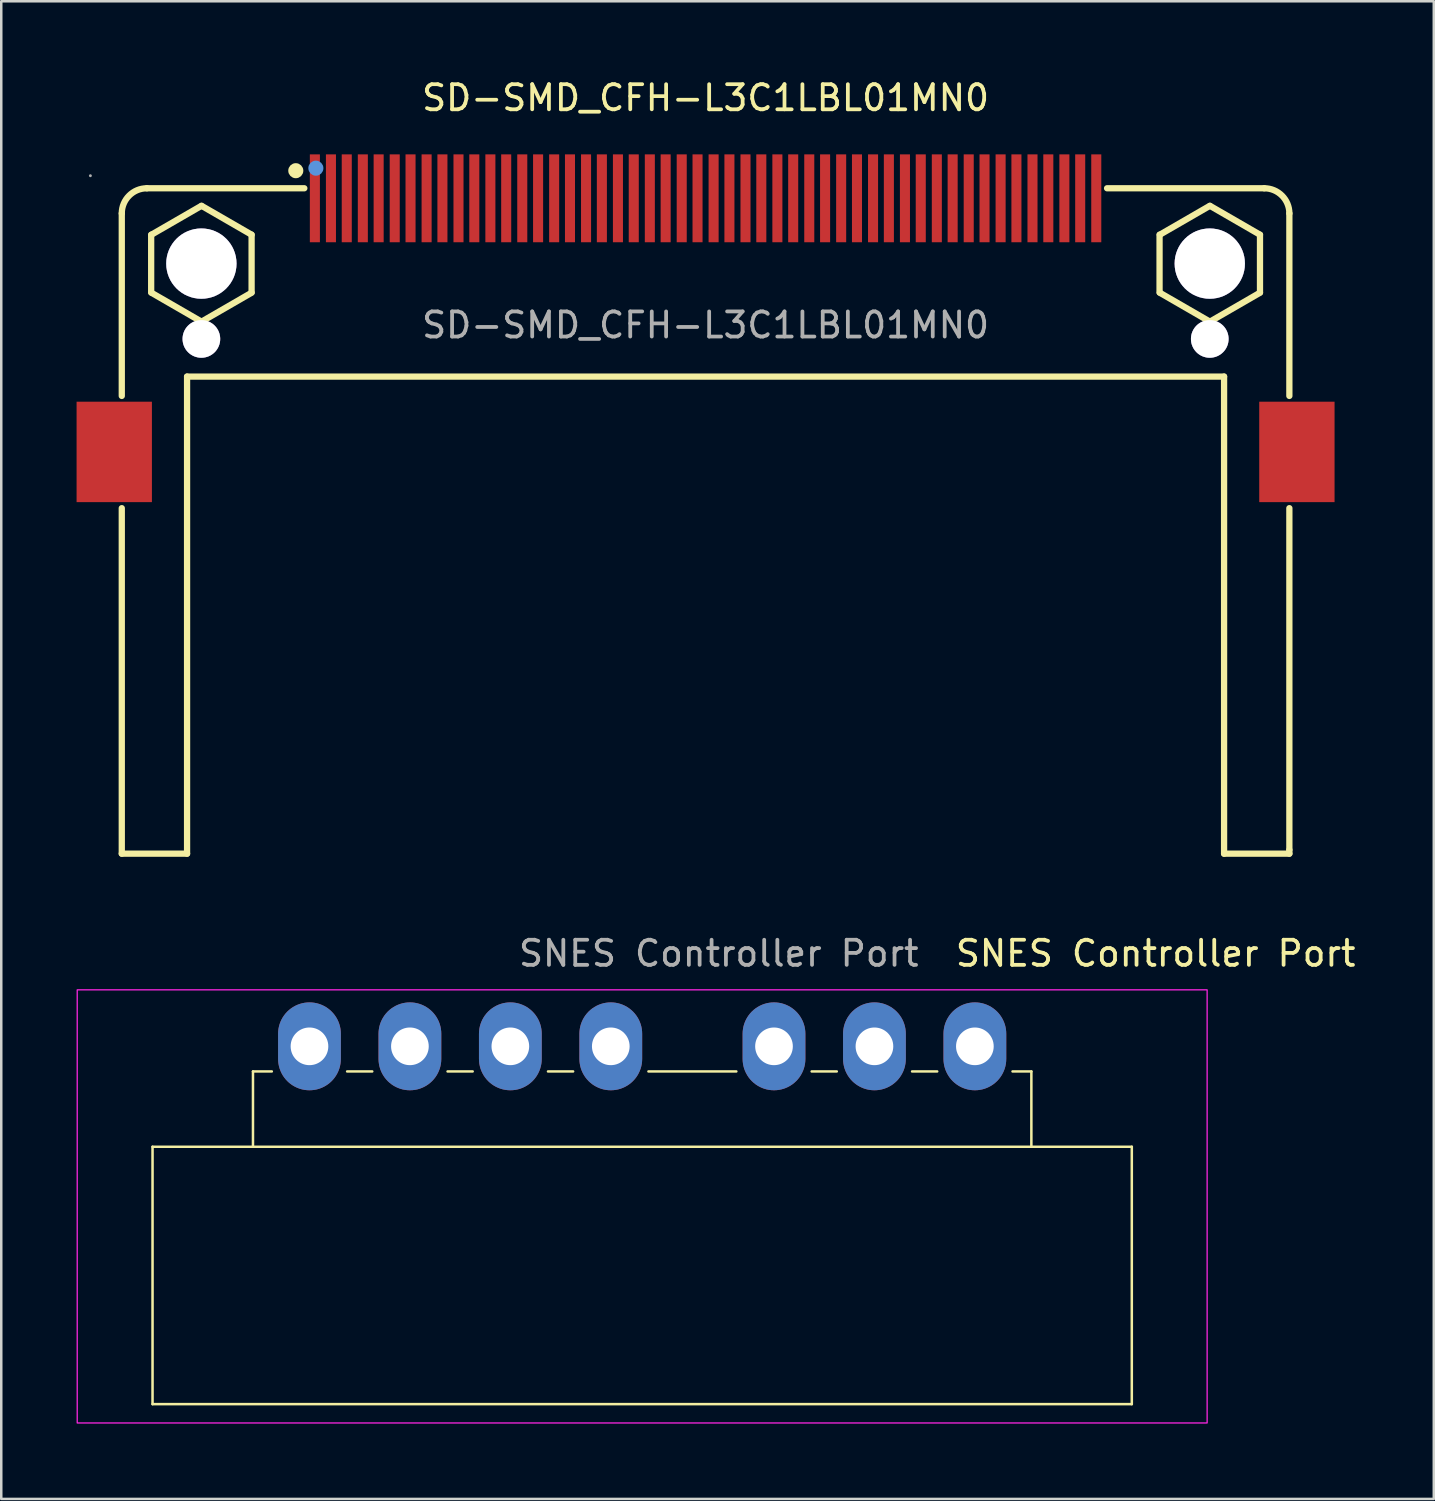
<source format=kicad_pcb>
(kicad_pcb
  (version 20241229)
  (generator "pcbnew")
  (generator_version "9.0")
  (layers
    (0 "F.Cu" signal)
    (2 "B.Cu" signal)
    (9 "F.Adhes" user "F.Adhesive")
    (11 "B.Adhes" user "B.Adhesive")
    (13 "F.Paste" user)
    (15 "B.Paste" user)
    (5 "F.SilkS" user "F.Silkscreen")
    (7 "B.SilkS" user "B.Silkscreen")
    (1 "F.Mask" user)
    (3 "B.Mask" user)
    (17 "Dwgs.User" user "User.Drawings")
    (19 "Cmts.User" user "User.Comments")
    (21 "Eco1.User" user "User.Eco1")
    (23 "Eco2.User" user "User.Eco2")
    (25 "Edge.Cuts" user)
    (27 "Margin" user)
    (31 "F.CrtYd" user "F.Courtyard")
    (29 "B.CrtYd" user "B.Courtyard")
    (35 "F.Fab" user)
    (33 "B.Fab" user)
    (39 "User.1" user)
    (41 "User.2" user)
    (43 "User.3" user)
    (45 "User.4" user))
  (footprint "SD-SMD_CFH-L3C1LBL01MN0"
    (layer "F.Cu")
    (at 25.05 9.898)
    (property "Reference" "SD-SMD_CFH-L3C1LBL01MN0" (at 0 -9.05 0) (layer "F.SilkS") (effects (font (size 1 1) (thickness 0.15))))
    (attr smd)
    (fp_line (start -23.25 2.82) (end -23.25 -4.45) (stroke (width 0.25) (type solid)) (layer "F.SilkS"))
    (fp_line (start -23.25 21.05) (end -23.25 7.29) (stroke (width 0.25) (type solid)) (layer "F.SilkS"))
    (fp_line (start -23.25 21.05) (end -20.65 21.05) (stroke (width 0.25) (type solid)) (layer "F.SilkS"))
    (fp_line (start -22.25 -5.45) (end -15.98 -5.45) (stroke (width 0.25) (type solid)) (layer "F.SilkS"))
    (fp_line (start -22.08 -3.6) (end -22.08 -1.3) (stroke (width 0.25) (type solid)) (layer "F.SilkS"))
    (fp_line (start -22.07 -1.29) (end -20.08 -0.14) (stroke (width 0.25) (type solid)) (layer "F.SilkS"))
    (fp_line (start -20.65 2.05) (end 20.65 2.05) (stroke (width 0.25) (type solid)) (layer "F.SilkS"))
    (fp_line (start -20.65 21.05) (end -20.65 2.05) (stroke (width 0.25) (type solid)) (layer "F.SilkS"))
    (fp_line (start -20.08 -4.75) (end -22.07 -3.6) (stroke (width 0.25) (type solid)) (layer "F.SilkS"))
    (fp_line (start -20.07 -0.14) (end -18.08 -1.29) (stroke (width 0.25) (type solid)) (layer "F.SilkS"))
    (fp_line (start -18.08 -3.6) (end -20.07 -4.75) (stroke (width 0.25) (type solid)) (layer "F.SilkS"))
    (fp_line (start -18.08 -1.3) (end -18.08 -3.6) (stroke (width 0.25) (type solid)) (layer "F.SilkS"))
    (fp_line (start 15.99 -5.45) (end 22.25 -5.45) (stroke (width 0.25) (type solid)) (layer "F.SilkS"))
    (fp_line (start 18.08 -3.6) (end 18.08 -1.3) (stroke (width 0.25) (type solid)) (layer "F.SilkS"))
    (fp_line (start 18.09 -1.29) (end 20.08 -0.14) (stroke (width 0.25) (type solid)) (layer "F.SilkS"))
    (fp_line (start 20.08 -4.75) (end 18.09 -3.6) (stroke (width 0.25) (type solid)) (layer "F.SilkS"))
    (fp_line (start 20.09 -0.14) (end 22.08 -1.29) (stroke (width 0.25) (type solid)) (layer "F.SilkS"))
    (fp_line (start 20.65 21.05) (end 20.65 2.05) (stroke (width 0.25) (type solid)) (layer "F.SilkS"))
    (fp_line (start 20.65 21.05) (end 23.25 21.05) (stroke (width 0.25) (type solid)) (layer "F.SilkS"))
    (fp_line (start 22.08 -3.6) (end 20.09 -4.75) (stroke (width 0.25) (type solid)) (layer "F.SilkS"))
    (fp_line (start 22.08 -1.3) (end 22.08 -3.6) (stroke (width 0.25) (type solid)) (layer "F.SilkS"))
    (fp_line (start 23.25 -4.45) (end 23.25 2.82) (stroke (width 0.25) (type solid)) (layer "F.SilkS"))
    (fp_line (start 23.25 7.29) (end 23.25 20.9) (stroke (width 0.25) (type solid)) (layer "F.SilkS"))
    (fp_line (start 23.25 20.9) (end 23.25 21.05) (stroke (width 0.25) (type solid)) (layer "F.SilkS"))
    (fp_arc (start -23.25 -4.45) (mid -22.957107 -5.157107) (end -22.25 -5.45) (stroke (width 0.25) (type solid)) (layer "F.SilkS"))
    (fp_arc (start 22.25 -5.45) (mid 22.957107 -5.157107) (end 23.25 -4.45) (stroke (width 0.25) (type solid)) (layer "F.SilkS"))
    (fp_circle (center -16.32 -6.15) (end -16.17 -6.15) (stroke (width 0.3) (type solid)) (fill no) (layer "F.SilkS"))
    (fp_circle (center -20.08 0.55) (end -19.73 0.55) (stroke (width 0.7) (type solid)) (fill no) (layer "Cmts.User"))
    (fp_circle (center -15.52 -6.25) (end -15.37 -6.25) (stroke (width 0.3) (type solid)) (fill no) (layer "Cmts.User"))
    (fp_circle (center 20.08 0.55) (end 20.43 0.55) (stroke (width 0.7) (type solid)) (fill no) (layer "Cmts.User"))
    (fp_circle (center -24.5 -5.95) (end -24.47 -5.95) (stroke (width 0.06) (type solid)) (fill no) (layer "F.Fab"))
    (fp_text user "${REFERENCE}" (at 0 0 0) (layer "F.Fab") (effects (font (size 1 1) (thickness 0.15))))
    (pad "" thru_hole circle (at -20.08 -2.45) (size 2.8 2.8) (drill 2.8) (layers "*.Cu" "*.Mask"))
    (pad "" thru_hole circle (at -20.08 0.55) (size 1.5 1.5) (drill 1.5) (layers "*.Cu" "*.Mask"))
    (pad "" thru_hole circle (at 20.08 -2.45) (size 2.8 2.8) (drill 2.8) (layers "*.Cu" "*.Mask"))
    (pad "" thru_hole circle (at 20.08 0.55) (size 1.5 1.5) (drill 1.5) (layers "*.Cu" "*.Mask"))
    (pad "1" smd rect (at -15.56 -5.05 90) (size 3.5 0.4) (layers "F.Cu" "F.Mask" "F.Paste"))
    (pad "2" smd rect (at -14.29 -5.05 90) (size 3.5 0.4) (layers "F.Cu" "F.Mask" "F.Paste"))
    (pad "3" smd rect (at -13.02 -5.05 90) (size 3.5 0.4) (layers "F.Cu" "F.Mask" "F.Paste"))
    (pad "4" smd rect (at -11.75 -5.05 90) (size 3.5 0.4) (layers "F.Cu" "F.Mask" "F.Paste"))
    (pad "5" smd rect (at -10.48 -5.05 90) (size 3.5 0.4) (layers "F.Cu" "F.Mask" "F.Paste"))
    (pad "6" smd rect (at -9.21 -5.05 90) (size 3.5 0.4) (layers "F.Cu" "F.Mask" "F.Paste"))
    (pad "7" smd rect (at -7.94 -5.05 90) (size 3.5 0.4) (layers "F.Cu" "F.Mask" "F.Paste"))
    (pad "8" smd rect (at -6.67 -5.05 90) (size 3.5 0.4) (layers "F.Cu" "F.Mask" "F.Paste"))
    (pad "9" smd rect (at -5.4 -5.05 90) (size 3.5 0.4) (layers "F.Cu" "F.Mask" "F.Paste"))
    (pad "10" smd rect (at -4.13 -5.05 90) (size 3.5 0.4) (layers "F.Cu" "F.Mask" "F.Paste"))
    (pad "11" smd rect (at -2.86 -5.05 90) (size 3.5 0.4) (layers "F.Cu" "F.Mask" "F.Paste"))
    (pad "12" smd rect (at -1.59 -5.05 90) (size 3.5 0.4) (layers "F.Cu" "F.Mask" "F.Paste"))
    (pad "13" smd rect (at -0.32 -5.05 90) (size 3.5 0.4) (layers "F.Cu" "F.Mask" "F.Paste"))
    (pad "14" smd rect (at 0.95 -5.05 90) (size 3.5 0.4) (layers "F.Cu" "F.Mask" "F.Paste"))
    (pad "15" smd rect (at 2.22 -5.05 90) (size 3.5 0.4) (layers "F.Cu" "F.Mask" "F.Paste"))
    (pad "16" smd rect (at 3.49 -5.05 90) (size 3.5 0.4) (layers "F.Cu" "F.Mask" "F.Paste"))
    (pad "17" smd rect (at 4.76 -5.05 90) (size 3.5 0.4) (layers "F.Cu" "F.Mask" "F.Paste"))
    (pad "18" smd rect (at 6.03 -5.05 90) (size 3.5 0.4) (layers "F.Cu" "F.Mask" "F.Paste"))
    (pad "19" smd rect (at 7.3 -5.05 90) (size 3.5 0.4) (layers "F.Cu" "F.Mask" "F.Paste"))
    (pad "20" smd rect (at 8.57 -5.05 90) (size 3.5 0.4) (layers "F.Cu" "F.Mask" "F.Paste"))
    (pad "21" smd rect (at 9.84 -5.05 90) (size 3.5 0.4) (layers "F.Cu" "F.Mask" "F.Paste"))
    (pad "22" smd rect (at 11.11 -5.05 90) (size 3.5 0.4) (layers "F.Cu" "F.Mask" "F.Paste"))
    (pad "23" smd rect (at 12.38 -5.05 90) (size 3.5 0.4) (layers "F.Cu" "F.Mask" "F.Paste"))
    (pad "24" smd rect (at 13.65 -5.05 90) (size 3.5 0.4) (layers "F.Cu" "F.Mask" "F.Paste"))
    (pad "25" smd rect (at 14.92 -5.05 90) (size 3.5 0.4) (layers "F.Cu" "F.Mask" "F.Paste"))
    (pad "26" smd rect (at -14.92 -5.05 90) (size 3.5 0.4) (layers "F.Cu" "F.Mask" "F.Paste"))
    (pad "27" smd rect (at -13.65 -5.05 90) (size 3.5 0.4) (layers "F.Cu" "F.Mask" "F.Paste"))
    (pad "28" smd rect (at -12.38 -5.05 90) (size 3.5 0.4) (layers "F.Cu" "F.Mask" "F.Paste"))
    (pad "29" smd rect (at -11.11 -5.05 90) (size 3.5 0.4) (layers "F.Cu" "F.Mask" "F.Paste"))
    (pad "30" smd rect (at -9.84 -5.05 90) (size 3.5 0.4) (layers "F.Cu" "F.Mask" "F.Paste"))
    (pad "31" smd rect (at -8.57 -5.05 90) (size 3.5 0.4) (layers "F.Cu" "F.Mask" "F.Paste"))
    (pad "32" smd rect (at -7.3 -5.05 90) (size 3.5 0.4) (layers "F.Cu" "F.Mask" "F.Paste"))
    (pad "33" smd rect (at -6.03 -5.05 90) (size 3.5 0.4) (layers "F.Cu" "F.Mask" "F.Paste"))
    (pad "34" smd rect (at -4.76 -5.05 90) (size 3.5 0.4) (layers "F.Cu" "F.Mask" "F.Paste"))
    (pad "35" smd rect (at -3.49 -5.05 90) (size 3.5 0.4) (layers "F.Cu" "F.Mask" "F.Paste"))
    (pad "36" smd rect (at -2.22 -5.05 90) (size 3.5 0.4) (layers "F.Cu" "F.Mask" "F.Paste"))
    (pad "37" smd rect (at -0.95 -5.05 90) (size 3.5 0.4) (layers "F.Cu" "F.Mask" "F.Paste"))
    (pad "38" smd rect (at 0.32 -5.05 90) (size 3.5 0.4) (layers "F.Cu" "F.Mask" "F.Paste"))
    (pad "39" smd rect (at 1.59 -5.05 90) (size 3.5 0.4) (layers "F.Cu" "F.Mask" "F.Paste"))
    (pad "40" smd rect (at 2.86 -5.05 90) (size 3.5 0.4) (layers "F.Cu" "F.Mask" "F.Paste"))
    (pad "41" smd rect (at 4.13 -5.05 90) (size 3.5 0.4) (layers "F.Cu" "F.Mask" "F.Paste"))
    (pad "42" smd rect (at 5.4 -5.05 90) (size 3.5 0.4) (layers "F.Cu" "F.Mask" "F.Paste"))
    (pad "43" smd rect (at 6.67 -5.05 90) (size 3.5 0.4) (layers "F.Cu" "F.Mask" "F.Paste"))
    (pad "44" smd rect (at 7.94 -5.05 90) (size 3.5 0.4) (layers "F.Cu" "F.Mask" "F.Paste"))
    (pad "45" smd rect (at 9.21 -5.05 90) (size 3.5 0.4) (layers "F.Cu" "F.Mask" "F.Paste"))
    (pad "46" smd rect (at 10.48 -5.05 90) (size 3.5 0.4) (layers "F.Cu" "F.Mask" "F.Paste"))
    (pad "47" smd rect (at 11.75 -5.05 90) (size 3.5 0.4) (layers "F.Cu" "F.Mask" "F.Paste"))
    (pad "48" smd rect (at 13.02 -5.05 90) (size 3.5 0.4) (layers "F.Cu" "F.Mask" "F.Paste"))
    (pad "49" smd rect (at 14.29 -5.05 90) (size 3.5 0.4) (layers "F.Cu" "F.Mask" "F.Paste"))
    (pad "50" smd rect (at 15.56 -5.05 90) (size 3.5 0.4) (layers "F.Cu" "F.Mask" "F.Paste"))
    (pad "51" smd rect (at 23.55 5.05 180) (size 3 4) (layers "F.Cu" "F.Mask" "F.Paste"))
    (pad "52" smd rect (at -23.55 5.05 180) (size 3 4) (layers "F.Cu" "F.Mask" "F.Paste")))
  (footprint "SNES Controller Port"
    (layer "F.Cu")
    (at 9.275 38.621)
    (property "Reference" "SNES Controller Port" (at 33.7 -3.7 0) (unlocked yes) (layer "F.SilkS") (effects (font (size 1 1) (thickness 0.15))))
    (attr through_hole)
    (fp_line (start -6.25 4) (end -6.25 14.25) (stroke (width 0.1) (type default)) (layer "F.SilkS"))
    (fp_line (start -6.25 4) (end 32.75 4) (stroke (width 0.1) (type default)) (layer "F.SilkS"))
    (fp_line (start -6.25 14.25) (end 32.75 14.25) (stroke (width 0.1) (type default)) (layer "F.SilkS"))
    (fp_line (start -2.25 1) (end -2.25 4) (stroke (width 0.1) (type default)) (layer "F.SilkS"))
    (fp_line (start -2.25 1) (end -1.5 1) (stroke (width 0.1) (type default)) (layer "F.SilkS"))
    (fp_line (start 1.5 1) (end 2.5 1) (stroke (width 0.1) (type default)) (layer "F.SilkS"))
    (fp_line (start 5.5 1) (end 6.5 1) (stroke (width 0.1) (type default)) (layer "F.SilkS"))
    (fp_line (start 9.5 1) (end 10.5 1) (stroke (width 0.1) (type default)) (layer "F.SilkS"))
    (fp_line (start 13.5 1) (end 17 1) (stroke (width 0.1) (type default)) (layer "F.SilkS"))
    (fp_line (start 20 1) (end 21 1) (stroke (width 0.1) (type default)) (layer "F.SilkS"))
    (fp_line (start 24 1) (end 25 1) (stroke (width 0.1) (type default)) (layer "F.SilkS"))
    (fp_line (start 28 1) (end 28.75 1) (stroke (width 0.1) (type default)) (layer "F.SilkS"))
    (fp_line (start 28.75 1) (end 28.75 4) (stroke (width 0.1) (type default)) (layer "F.SilkS"))
    (fp_line (start 32.75 4) (end 32.75 14.25) (stroke (width 0.1) (type default)) (layer "F.SilkS"))
    (fp_rect (start -9.25 -2.25) (end 35.75 15) (stroke (width 0.05) (type solid)) (fill no) (layer "F.CrtYd"))
    (fp_text user "${REFERENCE}" (at 16.3 -3.7 0) (unlocked yes) (layer "F.Fab") (effects (font (size 1 1) (thickness 0.15))))
    (pad "1" thru_hole oval (at 0 0) (size 2.5 3.5) (drill 1.5) (layers "*.Cu" "*.Mask"))
    (pad "2" thru_hole oval (at 4 0) (size 2.5 3.5) (drill 1.5) (layers "*.Cu" "*.Mask"))
    (pad "3" thru_hole oval (at 8 0) (size 2.5 3.5) (drill 1.5) (layers "*.Cu" "*.Mask"))
    (pad "4" thru_hole oval (at 12 0) (size 2.5 3.5) (drill 1.5) (layers "*.Cu" "*.Mask"))
    (pad "5" thru_hole oval (at 18.5 0) (size 2.5 3.5) (drill 1.5) (layers "*.Cu" "*.Mask"))
    (pad "6" thru_hole oval (at 22.5 0) (size 2.5 3.5) (drill 1.5) (layers "*.Cu" "*.Mask"))
    (pad "7" thru_hole oval (at 26.5 0) (size 2.5 3.5) (drill 1.5) (layers "*.Cu" "*.Mask")))
  (gr_rect
    (start -3 -3)
    (end 54.052 56.647)
    (stroke (width 0.1) (type default))
    (fill no)
    (layer "Edge.Cuts")))
</source>
